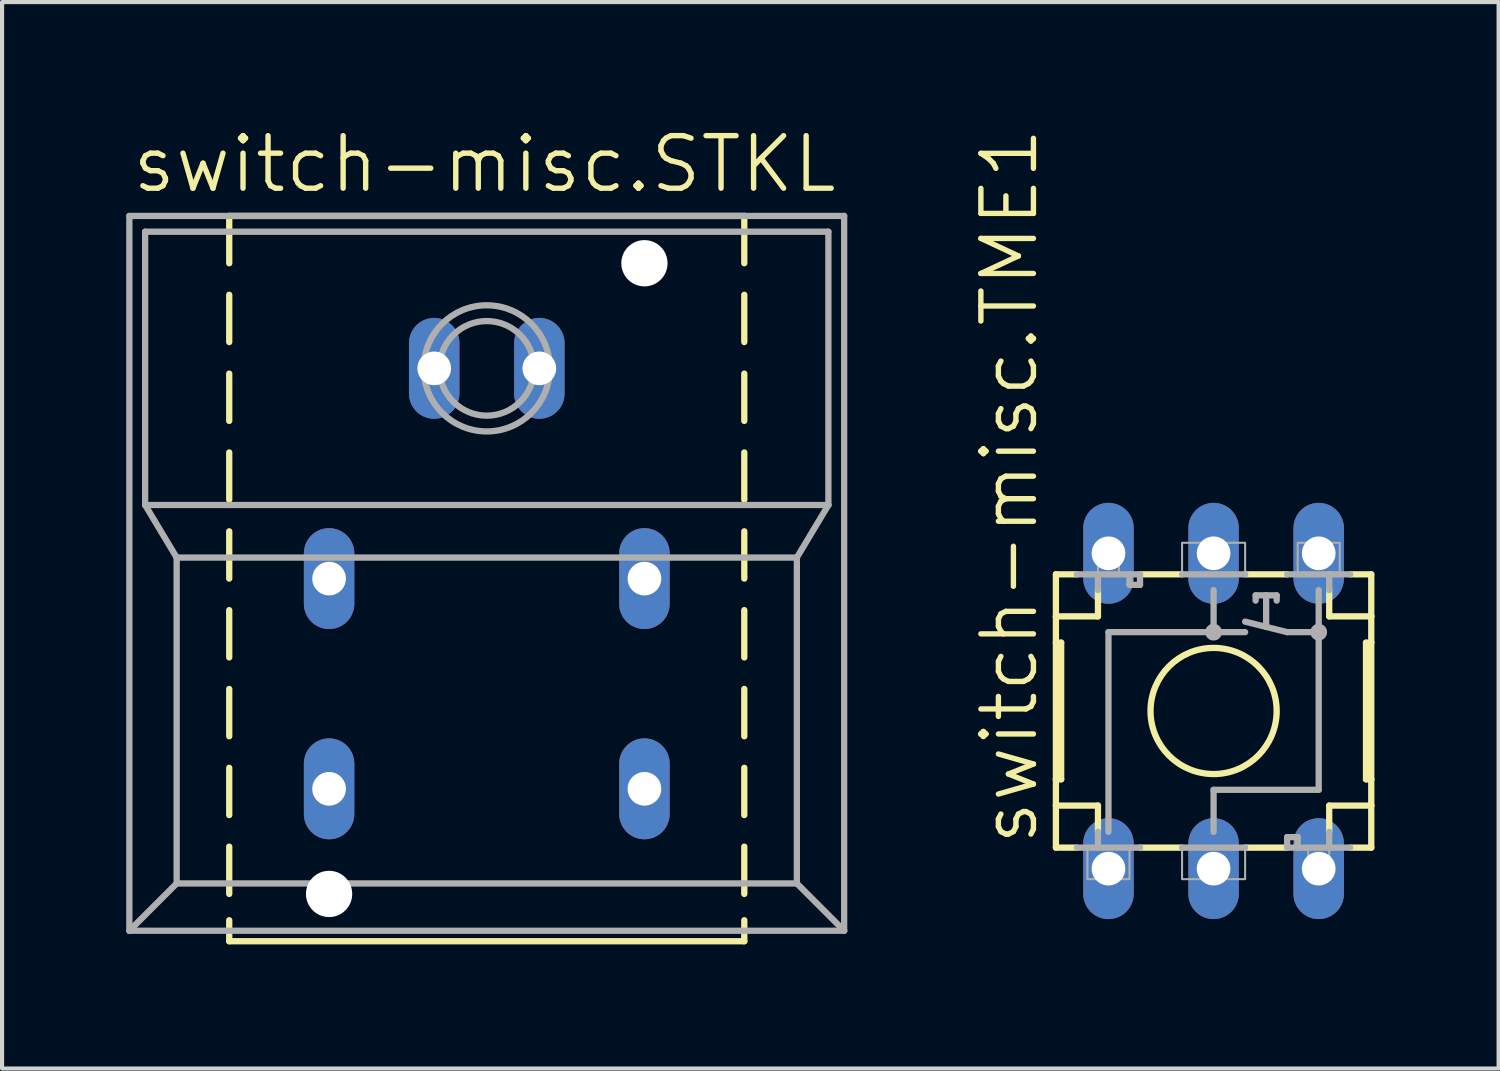
<source format=kicad_pcb>
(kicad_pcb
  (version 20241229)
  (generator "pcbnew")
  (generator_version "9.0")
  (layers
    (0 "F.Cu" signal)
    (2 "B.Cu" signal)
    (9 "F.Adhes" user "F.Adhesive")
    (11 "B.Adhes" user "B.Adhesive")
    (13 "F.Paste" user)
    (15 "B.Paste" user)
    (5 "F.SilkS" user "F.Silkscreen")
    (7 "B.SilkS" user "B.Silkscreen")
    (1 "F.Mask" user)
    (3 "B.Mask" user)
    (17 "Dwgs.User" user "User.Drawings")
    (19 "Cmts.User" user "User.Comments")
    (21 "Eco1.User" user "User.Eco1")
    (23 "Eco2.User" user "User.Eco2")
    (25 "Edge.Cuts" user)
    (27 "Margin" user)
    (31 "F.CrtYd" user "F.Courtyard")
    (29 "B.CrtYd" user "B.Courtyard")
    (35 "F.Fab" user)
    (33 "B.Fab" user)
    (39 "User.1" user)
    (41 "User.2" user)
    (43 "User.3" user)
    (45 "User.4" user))
  (footprint "switch-misc.STKL"
    (layer "F.Cu")
    (at 8.712 10.931)
    (property "Reference" "switch-misc.STKL" (at -8.636 -9.271 0) (layer "F.SilkS") (effects (font (size 1.27 1.27) (thickness 0.13)) (justify left bottom)))
    (attr through_hole)
    (fp_line (start -6.223 -8.763) (end -6.223 -7.62) (stroke (width 0.152) (type default)) (layer "F.SilkS"))
    (fp_line (start -6.223 -6.858) (end -6.223 -5.715) (stroke (width 0.152) (type default)) (layer "F.SilkS"))
    (fp_line (start -6.223 -4.953) (end -6.223 -3.81) (stroke (width 0.152) (type default)) (layer "F.SilkS"))
    (fp_line (start -6.223 -3.048) (end -6.223 -1.905) (stroke (width 0.152) (type default)) (layer "F.SilkS"))
    (fp_line (start -6.223 -1.143) (end -6.223 0) (stroke (width 0.152) (type default)) (layer "F.SilkS"))
    (fp_line (start -6.223 0.762) (end -6.223 1.905) (stroke (width 0.152) (type default)) (layer "F.SilkS"))
    (fp_line (start -6.223 2.667) (end -6.223 3.81) (stroke (width 0.152) (type default)) (layer "F.SilkS"))
    (fp_line (start -6.223 4.572) (end -6.223 5.715) (stroke (width 0.152) (type default)) (layer "F.SilkS"))
    (fp_line (start -6.223 6.477) (end -6.223 7.62) (stroke (width 0.152) (type default)) (layer "F.SilkS"))
    (fp_line (start -6.223 8.255) (end -6.223 8.763) (stroke (width 0.152) (type default)) (layer "F.SilkS"))
    (fp_line (start -6.223 8.763) (end 6.223 8.763) (stroke (width 0.152) (type default)) (layer "F.SilkS"))
    (fp_line (start 6.223 -8.763) (end -6.223 -8.763) (stroke (width 0.152) (type default)) (layer "F.SilkS"))
    (fp_line (start 6.223 -8.763) (end 6.223 -7.62) (stroke (width 0.152) (type default)) (layer "F.SilkS"))
    (fp_line (start 6.223 -6.858) (end 6.223 -5.715) (stroke (width 0.152) (type default)) (layer "F.SilkS"))
    (fp_line (start 6.223 -4.953) (end 6.223 -3.81) (stroke (width 0.152) (type default)) (layer "F.SilkS"))
    (fp_line (start 6.223 -3.048) (end 6.223 -1.905) (stroke (width 0.152) (type default)) (layer "F.SilkS"))
    (fp_line (start 6.223 -1.143) (end 6.223 0) (stroke (width 0.152) (type default)) (layer "F.SilkS"))
    (fp_line (start 6.223 0.762) (end 6.223 1.905) (stroke (width 0.152) (type default)) (layer "F.SilkS"))
    (fp_line (start 6.223 2.667) (end 6.223 3.81) (stroke (width 0.152) (type default)) (layer "F.SilkS"))
    (fp_line (start 6.223 4.572) (end 6.223 5.715) (stroke (width 0.152) (type default)) (layer "F.SilkS"))
    (fp_line (start 6.223 6.477) (end 6.223 7.62) (stroke (width 0.152) (type default)) (layer "F.SilkS"))
    (fp_line (start 6.223 8.255) (end 6.223 8.763) (stroke (width 0.152) (type default)) (layer "F.SilkS"))
    (fp_line (start -8.636 -8.763) (end -8.636 8.509) (stroke (width 0.152) (type default)) (layer "F.Fab"))
    (fp_line (start -8.255 -1.778) (end -8.255 -8.382) (stroke (width 0.152) (type default)) (layer "F.Fab"))
    (fp_line (start -8.255 -1.778) (end -7.493 -0.508) (stroke (width 0.152) (type default)) (layer "F.Fab"))
    (fp_line (start -8.255 -1.778) (end 8.255 -1.778) (stroke (width 0.152) (type default)) (layer "F.Fab"))
    (fp_line (start -7.493 7.366) (end -8.636 8.509) (stroke (width 0.152) (type default)) (layer "F.Fab"))
    (fp_line (start -7.493 7.366) (end -7.493 -0.508) (stroke (width 0.152) (type default)) (layer "F.Fab"))
    (fp_line (start -7.493 7.366) (end 7.493 7.366) (stroke (width 0.152) (type default)) (layer "F.Fab"))
    (fp_line (start 7.493 -0.508) (end -7.493 -0.508) (stroke (width 0.152) (type default)) (layer "F.Fab"))
    (fp_line (start 7.493 -0.508) (end 7.493 7.366) (stroke (width 0.152) (type default)) (layer "F.Fab"))
    (fp_line (start 7.493 7.366) (end 8.636 8.509) (stroke (width 0.152) (type default)) (layer "F.Fab"))
    (fp_line (start 8.255 -8.382) (end -8.255 -8.382) (stroke (width 0.152) (type default)) (layer "F.Fab"))
    (fp_line (start 8.255 -8.382) (end 8.255 -1.778) (stroke (width 0.152) (type default)) (layer "F.Fab"))
    (fp_line (start 8.255 -1.778) (end 7.493 -0.508) (stroke (width 0.152) (type default)) (layer "F.Fab"))
    (fp_line (start 8.636 -8.763) (end -8.636 -8.763) (stroke (width 0.152) (type default)) (layer "F.Fab"))
    (fp_line (start 8.636 -8.763) (end 8.636 8.509) (stroke (width 0.152) (type default)) (layer "F.Fab"))
    (fp_line (start 8.636 8.509) (end -8.636 8.509) (stroke (width 0.152) (type default)) (layer "F.Fab"))
    (fp_circle (center 0 -5.08) (end 1.143 -5.08) (stroke (width 0.152) (type default)) (fill no) (layer "F.Fab"))
    (fp_circle (center 0 -5.08) (end 1.524 -5.08) (stroke (width 0.152) (type default)) (fill no) (layer "F.Fab"))
    (pad "" np_thru_hole circle (at -3.81 7.62) (size 1.118 1.118) (drill 1.118) (layers "*.Cu" "*.Mask"))
    (pad "" np_thru_hole circle (at 3.81 -7.62) (size 1.118 1.118) (drill 1.118) (layers "*.Cu" "*.Mask"))
    (pad "+" thru_hole oval (at -1.27 -5.08 90) (size 2.438 1.219) (drill 0.813) (layers "*.Cu" "*.Mask"))
    (pad "-" thru_hole oval (at 1.27 -5.08 90) (size 2.438 1.219) (drill 0.813) (layers "*.Cu" "*.Mask"))
    (pad "1" thru_hole oval (at -3.81 5.08 90) (size 2.438 1.219) (drill 0.813) (layers "*.Cu" "*.Mask"))
    (pad "2" thru_hole oval (at -3.81 0 90) (size 2.438 1.219) (drill 0.813) (layers "*.Cu" "*.Mask"))
    (pad "3" thru_hole oval (at 3.81 0 90) (size 2.438 1.219) (drill 0.813) (layers "*.Cu" "*.Mask"))
    (pad "4" thru_hole oval (at 3.81 5.08 90) (size 2.438 1.219) (drill 0.813) (layers "*.Cu" "*.Mask")))
  (footprint "switch-misc.TME1"
    (layer "F.Cu")
    (at 26.275 14.13)
    (property "Reference" "switch-misc.TME1" (at -4.191 3.302 90) (layer "F.SilkS") (effects (font (size 1.27 1.27) (thickness 0.13)) (justify left bottom)))
    (attr through_hole)
    (fp_line (start -3.81 -3.302) (end -3.81 -2.286) (stroke (width 0.152) (type default)) (layer "F.SilkS"))
    (fp_line (start -3.81 -2.286) (end -3.81 -1.651) (stroke (width 0.152) (type default)) (layer "F.SilkS"))
    (fp_line (start -3.81 -2.286) (end -2.794 -2.286) (stroke (width 0.152) (type default)) (layer "F.SilkS"))
    (fp_line (start -3.81 -1.651) (end -3.81 1.651) (stroke (width 0.152) (type default)) (layer "F.SilkS"))
    (fp_line (start -3.81 -1.651) (end -3.683 -1.651) (stroke (width 0.152) (type default)) (layer "F.SilkS"))
    (fp_line (start -3.81 1.651) (end -3.81 2.286) (stroke (width 0.152) (type default)) (layer "F.SilkS"))
    (fp_line (start -3.81 2.286) (end -3.81 3.302) (stroke (width 0.152) (type default)) (layer "F.SilkS"))
    (fp_line (start -3.81 2.286) (end -2.794 2.286) (stroke (width 0.152) (type default)) (layer "F.SilkS"))
    (fp_line (start -3.683 1.651) (end -3.81 1.651) (stroke (width 0.152) (type default)) (layer "F.SilkS"))
    (fp_line (start -3.683 1.651) (end -3.683 -1.651) (stroke (width 0.152) (type default)) (layer "F.SilkS"))
    (fp_line (start -3.302 -3.302) (end -3.81 -3.302) (stroke (width 0.152) (type default)) (layer "F.SilkS"))
    (fp_line (start -3.302 3.302) (end -3.81 3.302) (stroke (width 0.152) (type default)) (layer "F.SilkS"))
    (fp_line (start -2.794 -2.921) (end -2.794 -2.286) (stroke (width 0.152) (type default)) (layer "F.SilkS"))
    (fp_line (start -2.794 2.921) (end -2.794 2.286) (stroke (width 0.152) (type default)) (layer "F.SilkS"))
    (fp_line (start -1.778 3.302) (end -0.762 3.302) (stroke (width 0.152) (type default)) (layer "F.SilkS"))
    (fp_line (start -0.762 -3.302) (end -1.778 -3.302) (stroke (width 0.152) (type default)) (layer "F.SilkS"))
    (fp_line (start 0.762 -3.302) (end 1.778 -3.302) (stroke (width 0.152) (type default)) (layer "F.SilkS"))
    (fp_line (start 0.762 3.302) (end 1.778 3.302) (stroke (width 0.152) (type default)) (layer "F.SilkS"))
    (fp_line (start 2.794 -2.921) (end 2.794 -2.286) (stroke (width 0.152) (type default)) (layer "F.SilkS"))
    (fp_line (start 2.794 -2.286) (end 3.81 -2.286) (stroke (width 0.152) (type default)) (layer "F.SilkS"))
    (fp_line (start 2.794 2.921) (end 2.794 2.286) (stroke (width 0.152) (type default)) (layer "F.SilkS"))
    (fp_line (start 3.302 -3.302) (end 3.81 -3.302) (stroke (width 0.152) (type default)) (layer "F.SilkS"))
    (fp_line (start 3.302 3.302) (end 3.81 3.302) (stroke (width 0.152) (type default)) (layer "F.SilkS"))
    (fp_line (start 3.683 1.651) (end 3.683 -1.651) (stroke (width 0.152) (type default)) (layer "F.SilkS"))
    (fp_line (start 3.683 1.651) (end 3.81 1.651) (stroke (width 0.152) (type default)) (layer "F.SilkS"))
    (fp_line (start 3.81 -2.286) (end 3.81 -3.302) (stroke (width 0.152) (type default)) (layer "F.SilkS"))
    (fp_line (start 3.81 -1.651) (end 3.683 -1.651) (stroke (width 0.152) (type default)) (layer "F.SilkS"))
    (fp_line (start 3.81 -1.651) (end 3.81 -2.286) (stroke (width 0.152) (type default)) (layer "F.SilkS"))
    (fp_line (start 3.81 1.651) (end 3.81 -1.651) (stroke (width 0.152) (type default)) (layer "F.SilkS"))
    (fp_line (start 3.81 2.286) (end 2.794 2.286) (stroke (width 0.152) (type default)) (layer "F.SilkS"))
    (fp_line (start 3.81 2.286) (end 3.81 1.651) (stroke (width 0.152) (type default)) (layer "F.SilkS"))
    (fp_line (start 3.81 3.302) (end 3.81 2.286) (stroke (width 0.152) (type default)) (layer "F.SilkS"))
    (fp_circle (center 0 0) (end 1.524 0) (stroke (width 0.152) (type default)) (fill no) (layer "F.SilkS"))
    (fp_line (start -3.302 -3.302) (end -2.794 -3.302) (stroke (width 0.152) (type default)) (layer "F.Fab"))
    (fp_line (start -3.302 3.302) (end -2.794 3.302) (stroke (width 0.152) (type default)) (layer "F.Fab"))
    (fp_line (start -2.794 -3.302) (end -2.032 -3.302) (stroke (width 0.152) (type default)) (layer "F.Fab"))
    (fp_line (start -2.794 -2.921) (end -2.794 -3.302) (stroke (width 0.152) (type default)) (layer "F.Fab"))
    (fp_line (start -2.794 2.921) (end -2.794 3.302) (stroke (width 0.152) (type default)) (layer "F.Fab"))
    (fp_line (start -2.794 3.302) (end -1.778 3.302) (stroke (width 0.152) (type default)) (layer "F.Fab"))
    (fp_line (start -2.54 2.921) (end -2.54 -1.905) (stroke (width 0.152) (type default)) (layer "F.Fab"))
    (fp_line (start -2.032 -3.302) (end -1.778 -3.302) (stroke (width 0.152) (type default)) (layer "F.Fab"))
    (fp_line (start -2.032 -3.048) (end -2.032 -3.302) (stroke (width 0.152) (type default)) (layer "F.Fab"))
    (fp_line (start -1.778 -3.302) (end -1.778 -3.048) (stroke (width 0.152) (type default)) (layer "F.Fab"))
    (fp_line (start -1.778 -3.048) (end -2.032 -3.048) (stroke (width 0.152) (type default)) (layer "F.Fab"))
    (fp_line (start -0.762 -3.302) (end 0.762 -3.302) (stroke (width 0.152) (type default)) (layer "F.Fab"))
    (fp_line (start -0.762 3.302) (end 0.762 3.302) (stroke (width 0.152) (type default)) (layer "F.Fab"))
    (fp_line (start 0 -2.921) (end 0 -1.905) (stroke (width 0.152) (type default)) (layer "F.Fab"))
    (fp_line (start 0 -1.905) (end -2.54 -1.905) (stroke (width 0.152) (type default)) (layer "F.Fab"))
    (fp_line (start 0 -1.905) (end 0.762 -1.905) (stroke (width 0.152) (type default)) (layer "F.Fab"))
    (fp_line (start 0 2.921) (end 0 1.905) (stroke (width 0.152) (type default)) (layer "F.Fab"))
    (fp_line (start 1.016 -2.794) (end 1.016 -2.667) (stroke (width 0.152) (type default)) (layer "F.Fab"))
    (fp_line (start 1.016 -2.794) (end 1.27 -2.794) (stroke (width 0.152) (type default)) (layer "F.Fab"))
    (fp_line (start 1.27 -2.794) (end 1.524 -2.794) (stroke (width 0.152) (type default)) (layer "F.Fab"))
    (fp_line (start 1.27 -2.032) (end 0.762 -2.159) (stroke (width 0.152) (type default)) (layer "F.Fab"))
    (fp_line (start 1.27 -2.032) (end 1.27 -2.794) (stroke (width 0.152) (type default)) (layer "F.Fab"))
    (fp_line (start 1.524 -2.794) (end 1.524 -2.667) (stroke (width 0.152) (type default)) (layer "F.Fab"))
    (fp_line (start 1.778 -3.302) (end 2.794 -3.302) (stroke (width 0.152) (type default)) (layer "F.Fab"))
    (fp_line (start 1.778 -1.905) (end 1.27 -2.032) (stroke (width 0.152) (type default)) (layer "F.Fab"))
    (fp_line (start 1.778 3.048) (end 2.032 3.048) (stroke (width 0.152) (type default)) (layer "F.Fab"))
    (fp_line (start 1.778 3.302) (end 1.778 3.048) (stroke (width 0.152) (type default)) (layer "F.Fab"))
    (fp_line (start 1.778 3.302) (end 2.032 3.302) (stroke (width 0.152) (type default)) (layer "F.Fab"))
    (fp_line (start 2.032 3.048) (end 2.032 3.302) (stroke (width 0.152) (type default)) (layer "F.Fab"))
    (fp_line (start 2.032 3.302) (end 2.794 3.302) (stroke (width 0.152) (type default)) (layer "F.Fab"))
    (fp_line (start 2.54 -2.921) (end 2.54 -1.905) (stroke (width 0.152) (type default)) (layer "F.Fab"))
    (fp_line (start 2.54 -1.905) (end 1.778 -1.905) (stroke (width 0.152) (type default)) (layer "F.Fab"))
    (fp_line (start 2.54 -1.905) (end 2.54 1.905) (stroke (width 0.152) (type default)) (layer "F.Fab"))
    (fp_line (start 2.54 1.905) (end 0 1.905) (stroke (width 0.152) (type default)) (layer "F.Fab"))
    (fp_line (start 2.794 -3.302) (end 3.302 -3.302) (stroke (width 0.152) (type default)) (layer "F.Fab"))
    (fp_line (start 2.794 -2.921) (end 2.794 -3.302) (stroke (width 0.152) (type default)) (layer "F.Fab"))
    (fp_line (start 2.794 3.302) (end 2.794 2.921) (stroke (width 0.152) (type default)) (layer "F.Fab"))
    (fp_line (start 2.794 3.302) (end 3.302 3.302) (stroke (width 0.152) (type default)) (layer "F.Fab"))
    (fp_rect (start -3.048 4.064) (end -2.032 3.302) (stroke (width 0.05) (type default)) (fill no) (layer "F.Fab"))
    (fp_rect (start -2.794 -3.302) (end -2.286 -4.064) (stroke (width 0.05) (type default)) (fill no) (layer "F.Fab"))
    (fp_rect (start -0.762 -3.302) (end 0.762 -4.064) (stroke (width 0.05) (type default)) (fill no) (layer "F.Fab"))
    (fp_rect (start -0.762 4.064) (end 0.762 3.302) (stroke (width 0.05) (type default)) (fill no) (layer "F.Fab"))
    (fp_rect (start 2.032 -3.302) (end 3.048 -4.064) (stroke (width 0.05) (type default)) (fill no) (layer "F.Fab"))
    (fp_rect (start 2.286 4.064) (end 2.794 3.302) (stroke (width 0.05) (type default)) (fill no) (layer "F.Fab"))
    (fp_circle (center 0 -1.905) (end 0.127 -1.905) (stroke (width 0.152) (type default)) (fill no) (layer "F.Fab"))
    (fp_circle (center 2.54 -1.905) (end 2.667 -1.905) (stroke (width 0.152) (type default)) (fill no) (layer "F.Fab"))
    (pad "1" thru_hole oval (at -2.54 3.81 90) (size 2.438 1.219) (drill 0.813) (layers "*.Cu" "*.Mask"))
    (pad "2" thru_hole oval (at 0 3.81 90) (size 2.438 1.219) (drill 0.813) (layers "*.Cu" "*.Mask"))
    (pad "3" thru_hole oval (at 2.54 3.81 90) (size 2.438 1.219) (drill 0.813) (layers "*.Cu" "*.Mask"))
    (pad "4" thru_hole oval (at 2.54 -3.81 90) (size 2.438 1.219) (drill 0.813) (layers "*.Cu" "*.Mask"))
    (pad "5" thru_hole oval (at 0 -3.81 90) (size 2.438 1.219) (drill 0.813) (layers "*.Cu" "*.Mask"))
    (pad "6" thru_hole oval (at -2.54 -3.81 90) (size 2.438 1.219) (drill 0.813) (layers "*.Cu" "*.Mask")))
  (gr_rect
    (start -3 -3)
    (end 33.162 22.77)
    (stroke (width 0.1) (type default))
    (fill no)
    (layer "Edge.Cuts")))
</source>
